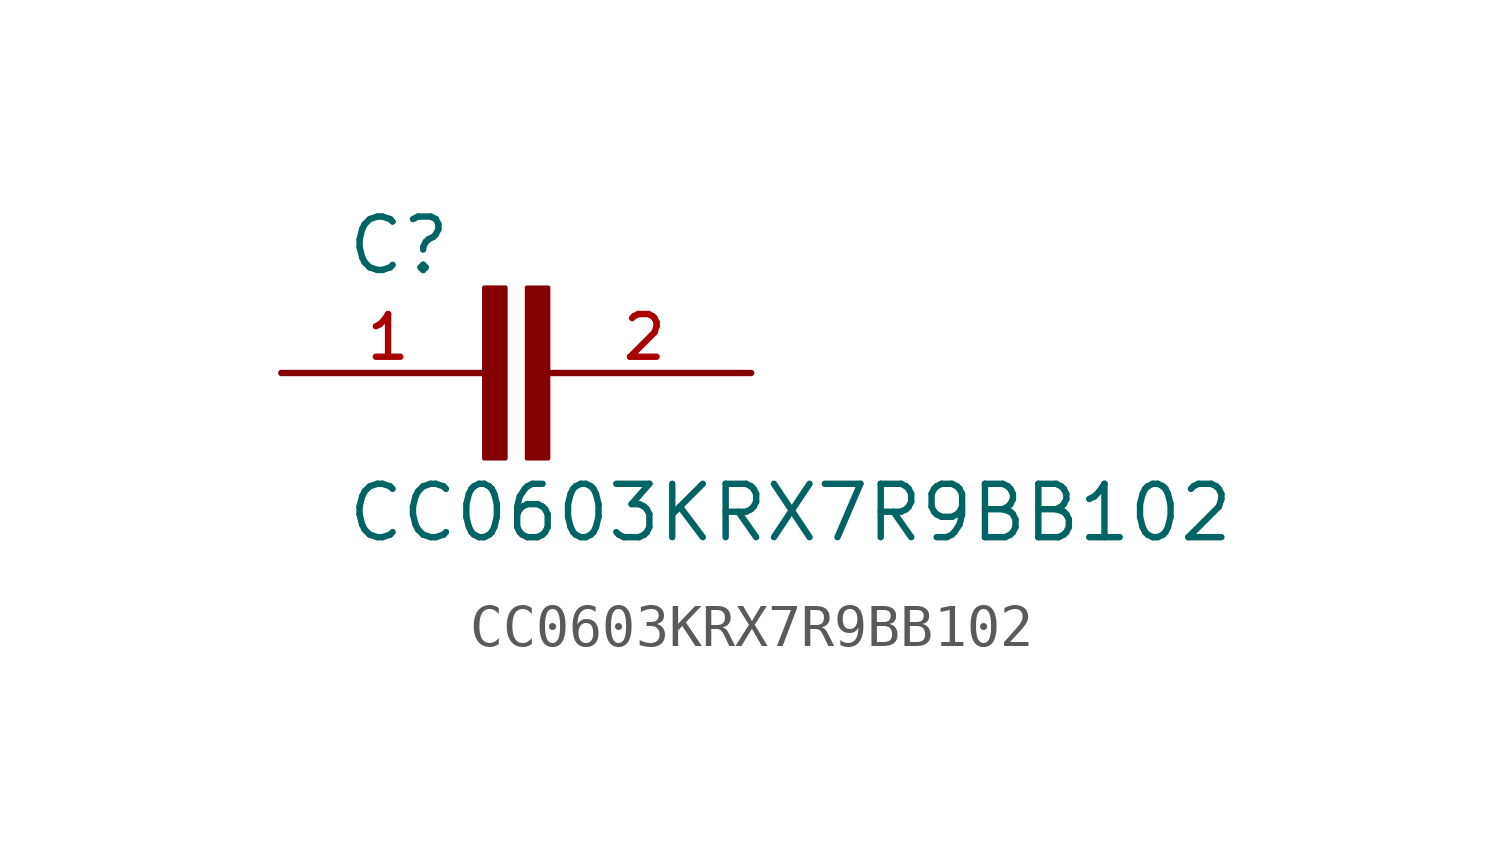
<source format=kicad_sym>
(kicad_symbol_lib
  (version 20211014)
  (generator kicad_symbol_editor)
  (symbol "CC0603KRX7R9BB102"
    (pin_names
      (offset 1.016))
    (property "Reference" "C"
      (at -4.068 2.288 0)
      (effects (font (size 1.27 1.27)) (justify bottom left)))
    (property "Value" "CC0603KRX7R9BB102"
      (at -4.069 -4.069 0)
      (effects (font (size 1.27 1.27)) (justify bottom left)))
    (symbol "CC0603KRX7R9BB102_0_0"
      (rectangle (start -0.763 -2.033) (end -0.255 2.033) (stroke (width 0.1)) (fill (type outline)))
      (rectangle (start 0.254 -2.032) (end 0.762 2.032) (stroke (width 0.1)) (fill (type outline)))
      (pin passive line (at -5.588 0.0 0) (length 5.08) (name "~" (effects (font (size 1.016 1.016)))) (number "1" (effects (font (size 1.016 1.016)))))
      (pin passive line (at 5.588 0.0 180.0) (length 5.08) (name "~" (effects (font (size 1.016 1.016)))) (number "2" (effects (font (size 1.016 1.016))))))))
</source>
